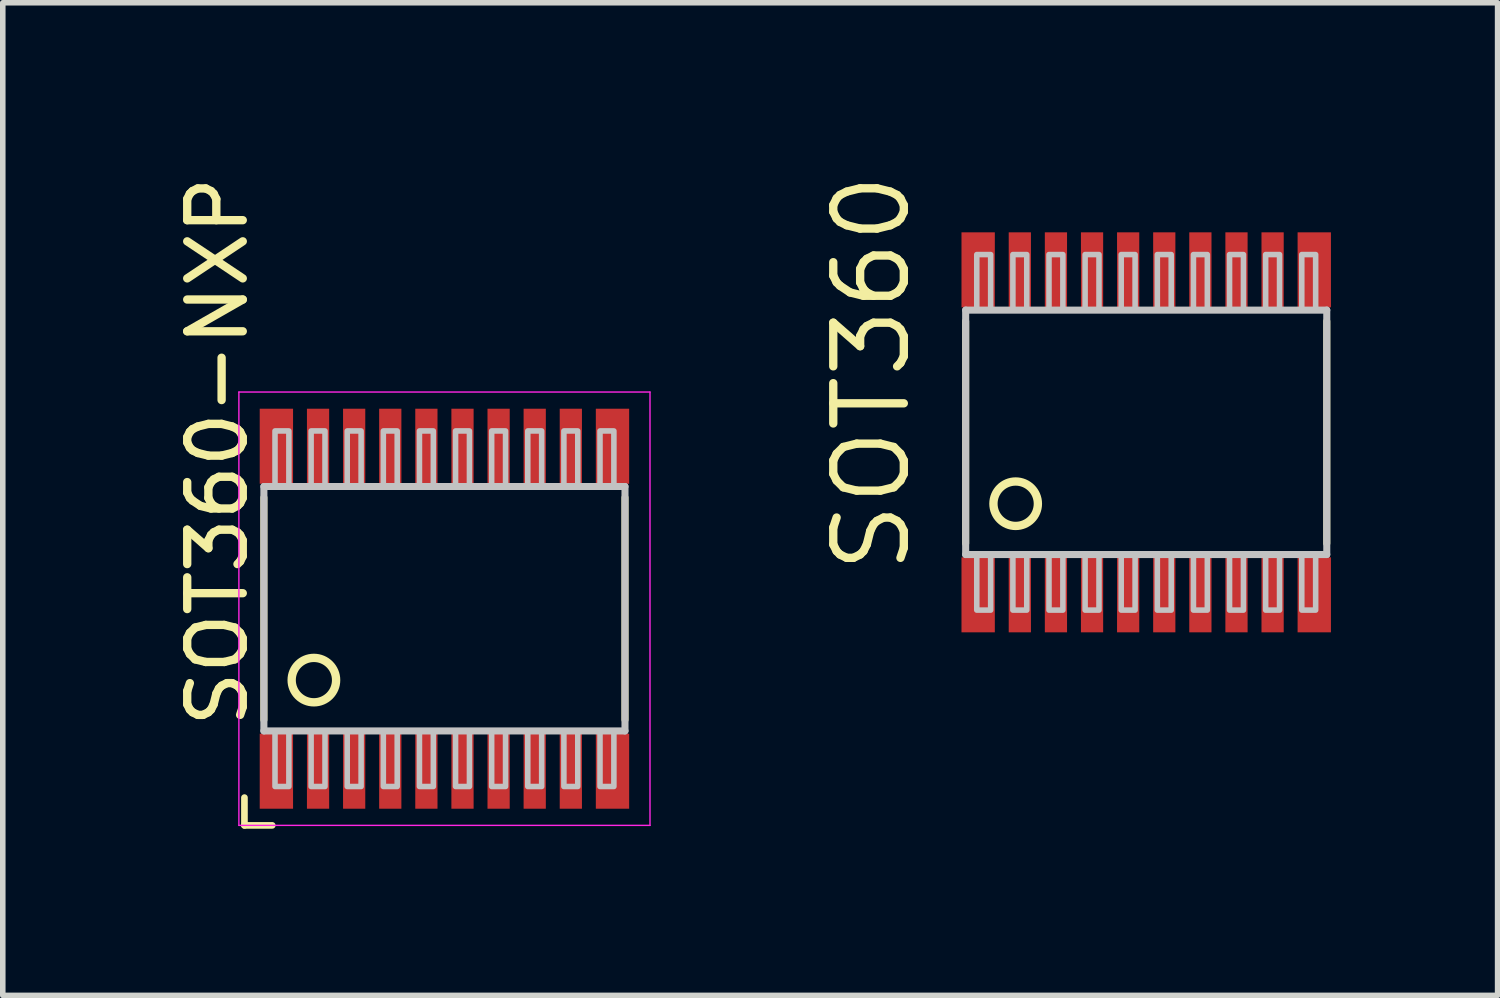
<source format=kicad_pcb>
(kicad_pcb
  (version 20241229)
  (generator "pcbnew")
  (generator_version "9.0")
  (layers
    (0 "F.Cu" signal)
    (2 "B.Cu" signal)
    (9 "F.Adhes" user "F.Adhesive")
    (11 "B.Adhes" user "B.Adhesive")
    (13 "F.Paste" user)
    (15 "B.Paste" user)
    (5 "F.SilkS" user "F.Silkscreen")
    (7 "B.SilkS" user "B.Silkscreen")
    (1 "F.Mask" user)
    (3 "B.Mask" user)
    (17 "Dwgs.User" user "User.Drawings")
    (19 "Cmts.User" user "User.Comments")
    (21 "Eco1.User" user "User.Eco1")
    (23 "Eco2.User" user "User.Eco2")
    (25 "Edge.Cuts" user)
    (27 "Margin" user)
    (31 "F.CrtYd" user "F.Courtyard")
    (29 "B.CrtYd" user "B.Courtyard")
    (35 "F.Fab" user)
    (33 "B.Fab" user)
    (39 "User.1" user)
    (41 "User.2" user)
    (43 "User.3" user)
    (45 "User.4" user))
  (footprint "SOT360"
    (layer "F.Cu")
    (at 17.582 4.732)
    (property "Reference" "SOT360" (at -4.2 2.6 90) (layer "F.SilkS") (effects (font (size 1.27 1.27) (thickness 0.15)) (justify left bottom)))
    (attr through_hole)
    (fp_line (start -3.25 -2) (end -3.25 2) (stroke (width 0.127) (type solid)) (layer "F.SilkS"))
    (fp_line (start 3.25 -2) (end 3.25 2) (stroke (width 0.127) (type solid)) (layer "F.SilkS"))
    (fp_circle (center -2.35 1.285) (end -1.95 1.285) (stroke (width 0.15) (type solid)) (fill no) (layer "F.SilkS"))
    (fp_line (start -3.25 -2.2) (end 3.25 -2.2) (stroke (width 0.127) (type solid)) (layer "Dwgs.User"))
    (fp_line (start -3.25 2.2) (end -3.25 -2.2) (stroke (width 0.127) (type solid)) (layer "Dwgs.User"))
    (fp_line (start 3.25 -2.2) (end 3.25 2.2) (stroke (width 0.127) (type solid)) (layer "Dwgs.User"))
    (fp_line (start 3.25 2.2) (end -3.25 2.2) (stroke (width 0.127) (type solid)) (layer "Dwgs.User"))
    (fp_poly (pts (xy -3.05 -2.2) (xy -2.8 -2.2) (xy -2.8 -3.2) (xy -3.05 -3.2)) (stroke (width 0.1) (type solid)) (fill no) (layer "Dwgs.User"))
    (fp_poly (pts (xy -3.05 3.2) (xy -2.8 3.2) (xy -2.8 2.2) (xy -3.05 2.2)) (stroke (width 0.1) (type solid)) (fill no) (layer "Dwgs.User"))
    (fp_poly (pts (xy -2.4 -2.2) (xy -2.15 -2.2) (xy -2.15 -3.2) (xy -2.4 -3.2)) (stroke (width 0.1) (type solid)) (fill no) (layer "Dwgs.User"))
    (fp_poly (pts (xy -2.4 3.2) (xy -2.15 3.2) (xy -2.15 2.2) (xy -2.4 2.2)) (stroke (width 0.1) (type solid)) (fill no) (layer "Dwgs.User"))
    (fp_poly (pts (xy -1.75 -2.2) (xy -1.5 -2.2) (xy -1.5 -3.2) (xy -1.75 -3.2)) (stroke (width 0.1) (type solid)) (fill no) (layer "Dwgs.User"))
    (fp_poly (pts (xy -1.75 3.2) (xy -1.5 3.2) (xy -1.5 2.2) (xy -1.75 2.2)) (stroke (width 0.1) (type solid)) (fill no) (layer "Dwgs.User"))
    (fp_poly (pts (xy -1.1 -2.2) (xy -0.85 -2.2) (xy -0.85 -3.2) (xy -1.1 -3.2)) (stroke (width 0.1) (type solid)) (fill no) (layer "Dwgs.User"))
    (fp_poly (pts (xy -1.1 3.2) (xy -0.85 3.2) (xy -0.85 2.2) (xy -1.1 2.2)) (stroke (width 0.1) (type solid)) (fill no) (layer "Dwgs.User"))
    (fp_poly (pts (xy -0.45 -2.2) (xy -0.2 -2.2) (xy -0.2 -3.2) (xy -0.45 -3.2)) (stroke (width 0.1) (type solid)) (fill no) (layer "Dwgs.User"))
    (fp_poly (pts (xy -0.45 3.2) (xy -0.2 3.2) (xy -0.2 2.2) (xy -0.45 2.2)) (stroke (width 0.1) (type solid)) (fill no) (layer "Dwgs.User"))
    (fp_poly (pts (xy 0.2 -2.2) (xy 0.45 -2.2) (xy 0.45 -3.2) (xy 0.2 -3.2)) (stroke (width 0.1) (type solid)) (fill no) (layer "Dwgs.User"))
    (fp_poly (pts (xy 0.2 3.2) (xy 0.45 3.2) (xy 0.45 2.2) (xy 0.2 2.2)) (stroke (width 0.1) (type solid)) (fill no) (layer "Dwgs.User"))
    (fp_poly (pts (xy 0.85 -2.2) (xy 1.1 -2.2) (xy 1.1 -3.2) (xy 0.85 -3.2)) (stroke (width 0.1) (type solid)) (fill no) (layer "Dwgs.User"))
    (fp_poly (pts (xy 0.85 3.2) (xy 1.1 3.2) (xy 1.1 2.2) (xy 0.85 2.2)) (stroke (width 0.1) (type solid)) (fill no) (layer "Dwgs.User"))
    (fp_poly (pts (xy 1.5 -2.2) (xy 1.75 -2.2) (xy 1.75 -3.2) (xy 1.5 -3.2)) (stroke (width 0.1) (type solid)) (fill no) (layer "Dwgs.User"))
    (fp_poly (pts (xy 1.5 3.2) (xy 1.75 3.2) (xy 1.75 2.2) (xy 1.5 2.2)) (stroke (width 0.1) (type solid)) (fill no) (layer "Dwgs.User"))
    (fp_poly (pts (xy 2.15 -2.2) (xy 2.4 -2.2) (xy 2.4 -3.2) (xy 2.15 -3.2)) (stroke (width 0.1) (type solid)) (fill no) (layer "Dwgs.User"))
    (fp_poly (pts (xy 2.15 3.2) (xy 2.4 3.2) (xy 2.4 2.2) (xy 2.15 2.2)) (stroke (width 0.1) (type solid)) (fill no) (layer "Dwgs.User"))
    (fp_poly (pts (xy 2.8 -2.2) (xy 3.05 -2.2) (xy 3.05 -3.2) (xy 2.8 -3.2)) (stroke (width 0.1) (type solid)) (fill no) (layer "Dwgs.User"))
    (fp_poly (pts (xy 2.8 3.2) (xy 3.05 3.2) (xy 3.05 2.2) (xy 2.8 2.2)) (stroke (width 0.1) (type solid)) (fill no) (layer "Dwgs.User"))
    (pad "1" smd rect (at -3.025 2.925) (size 0.6 1.35) (layers "F.Cu" "F.Mask" "F.Paste"))
    (pad "2" smd rect (at -2.275 2.925) (size 0.4 1.35) (layers "F.Cu" "F.Mask" "F.Paste"))
    (pad "3" smd rect (at -1.625 2.925) (size 0.4 1.35) (layers "F.Cu" "F.Mask" "F.Paste"))
    (pad "4" smd rect (at -0.975 2.925) (size 0.4 1.35) (layers "F.Cu" "F.Mask" "F.Paste"))
    (pad "5" smd rect (at -0.325 2.925) (size 0.4 1.35) (layers "F.Cu" "F.Mask" "F.Paste"))
    (pad "6" smd rect (at 0.325 2.925) (size 0.4 1.35) (layers "F.Cu" "F.Mask" "F.Paste"))
    (pad "7" smd rect (at 0.975 2.925) (size 0.4 1.35) (layers "F.Cu" "F.Mask" "F.Paste"))
    (pad "8" smd rect (at 1.625 2.925) (size 0.4 1.35) (layers "F.Cu" "F.Mask" "F.Paste"))
    (pad "9" smd rect (at 2.275 2.925) (size 0.4 1.35) (layers "F.Cu" "F.Mask" "F.Paste"))
    (pad "10" smd rect (at 3.025 2.925) (size 0.6 1.35) (layers "F.Cu" "F.Mask" "F.Paste"))
    (pad "11" smd rect (at 3.025 -2.925) (size 0.6 1.35) (layers "F.Cu" "F.Mask" "F.Paste"))
    (pad "12" smd rect (at 2.275 -2.925) (size 0.4 1.35) (layers "F.Cu" "F.Mask" "F.Paste"))
    (pad "13" smd rect (at 1.625 -2.925) (size 0.4 1.35) (layers "F.Cu" "F.Mask" "F.Paste"))
    (pad "14" smd rect (at 0.975 -2.925) (size 0.4 1.35) (layers "F.Cu" "F.Mask" "F.Paste"))
    (pad "15" smd rect (at 0.325 -2.925) (size 0.4 1.35) (layers "F.Cu" "F.Mask" "F.Paste"))
    (pad "16" smd rect (at -0.325 -2.925) (size 0.4 1.35) (layers "F.Cu" "F.Mask" "F.Paste"))
    (pad "17" smd rect (at -0.975 -2.925) (size 0.4 1.35) (layers "F.Cu" "F.Mask" "F.Paste"))
    (pad "18" smd rect (at -1.625 -2.925) (size 0.4 1.35) (layers "F.Cu" "F.Mask" "F.Paste"))
    (pad "19" smd rect (at -2.275 -2.925) (size 0.4 1.35) (layers "F.Cu" "F.Mask" "F.Paste"))
    (pad "20" smd rect (at -3.025 -2.925) (size 0.6 1.35) (layers "F.Cu" "F.Mask" "F.Paste")))
  (footprint "SOT360-NXP"
    (layer "F.Cu")
    (at 4.95 7.907)
    (property "Reference" "SOT360-NXP" (at -3.5 2.2 90) (layer "F.SilkS") (effects (font (size 1 1) (thickness 0.15)) (justify left bottom)))
    (attr smd)
    (fp_line (start -3.6 3.9) (end -3.6 3.4) (stroke (width 0.12) (type solid)) (layer "F.SilkS"))
    (fp_line (start -3.6 3.9) (end -3.1 3.9) (stroke (width 0.12) (type solid)) (layer "F.SilkS"))
    (fp_line (start -3.25 -2) (end -3.25 2) (stroke (width 0.127) (type solid)) (layer "F.SilkS"))
    (fp_line (start 3.25 -2) (end 3.25 2) (stroke (width 0.127) (type solid)) (layer "F.SilkS"))
    (fp_circle (center -2.35 1.285) (end -1.95 1.285) (stroke (width 0.15) (type solid)) (fill no) (layer "F.SilkS"))
    (fp_line (start -3.25 -2.2) (end 3.25 -2.2) (stroke (width 0.127) (type solid)) (layer "Dwgs.User"))
    (fp_line (start -3.25 2.2) (end -3.25 -2.2) (stroke (width 0.127) (type solid)) (layer "Dwgs.User"))
    (fp_line (start 3.25 -2.2) (end 3.25 2.2) (stroke (width 0.127) (type solid)) (layer "Dwgs.User"))
    (fp_line (start 3.25 2.2) (end -3.25 2.2) (stroke (width 0.127) (type solid)) (layer "Dwgs.User"))
    (fp_poly (pts (xy -3.05 -2.2) (xy -2.8 -2.2) (xy -2.8 -3.2) (xy -3.05 -3.2)) (stroke (width 0.1) (type solid)) (fill no) (layer "Dwgs.User"))
    (fp_poly (pts (xy -3.05 3.2) (xy -2.8 3.2) (xy -2.8 2.2) (xy -3.05 2.2)) (stroke (width 0.1) (type solid)) (fill no) (layer "Dwgs.User"))
    (fp_poly (pts (xy -2.4 -2.2) (xy -2.15 -2.2) (xy -2.15 -3.2) (xy -2.4 -3.2)) (stroke (width 0.1) (type solid)) (fill no) (layer "Dwgs.User"))
    (fp_poly (pts (xy -2.4 3.2) (xy -2.15 3.2) (xy -2.15 2.2) (xy -2.4 2.2)) (stroke (width 0.1) (type solid)) (fill no) (layer "Dwgs.User"))
    (fp_poly (pts (xy -1.75 -2.2) (xy -1.5 -2.2) (xy -1.5 -3.2) (xy -1.75 -3.2)) (stroke (width 0.1) (type solid)) (fill no) (layer "Dwgs.User"))
    (fp_poly (pts (xy -1.75 3.2) (xy -1.5 3.2) (xy -1.5 2.2) (xy -1.75 2.2)) (stroke (width 0.1) (type solid)) (fill no) (layer "Dwgs.User"))
    (fp_poly (pts (xy -1.1 -2.2) (xy -0.85 -2.2) (xy -0.85 -3.2) (xy -1.1 -3.2)) (stroke (width 0.1) (type solid)) (fill no) (layer "Dwgs.User"))
    (fp_poly (pts (xy -1.1 3.2) (xy -0.85 3.2) (xy -0.85 2.2) (xy -1.1 2.2)) (stroke (width 0.1) (type solid)) (fill no) (layer "Dwgs.User"))
    (fp_poly (pts (xy -0.45 -2.2) (xy -0.2 -2.2) (xy -0.2 -3.2) (xy -0.45 -3.2)) (stroke (width 0.1) (type solid)) (fill no) (layer "Dwgs.User"))
    (fp_poly (pts (xy -0.45 3.2) (xy -0.2 3.2) (xy -0.2 2.2) (xy -0.45 2.2)) (stroke (width 0.1) (type solid)) (fill no) (layer "Dwgs.User"))
    (fp_poly (pts (xy 0.2 -2.2) (xy 0.45 -2.2) (xy 0.45 -3.2) (xy 0.2 -3.2)) (stroke (width 0.1) (type solid)) (fill no) (layer "Dwgs.User"))
    (fp_poly (pts (xy 0.2 3.2) (xy 0.45 3.2) (xy 0.45 2.2) (xy 0.2 2.2)) (stroke (width 0.1) (type solid)) (fill no) (layer "Dwgs.User"))
    (fp_poly (pts (xy 0.85 -2.2) (xy 1.1 -2.2) (xy 1.1 -3.2) (xy 0.85 -3.2)) (stroke (width 0.1) (type solid)) (fill no) (layer "Dwgs.User"))
    (fp_poly (pts (xy 0.85 3.2) (xy 1.1 3.2) (xy 1.1 2.2) (xy 0.85 2.2)) (stroke (width 0.1) (type solid)) (fill no) (layer "Dwgs.User"))
    (fp_poly (pts (xy 1.5 -2.2) (xy 1.75 -2.2) (xy 1.75 -3.2) (xy 1.5 -3.2)) (stroke (width 0.1) (type solid)) (fill no) (layer "Dwgs.User"))
    (fp_poly (pts (xy 1.5 3.2) (xy 1.75 3.2) (xy 1.75 2.2) (xy 1.5 2.2)) (stroke (width 0.1) (type solid)) (fill no) (layer "Dwgs.User"))
    (fp_poly (pts (xy 2.15 -2.2) (xy 2.4 -2.2) (xy 2.4 -3.2) (xy 2.15 -3.2)) (stroke (width 0.1) (type solid)) (fill no) (layer "Dwgs.User"))
    (fp_poly (pts (xy 2.15 3.2) (xy 2.4 3.2) (xy 2.4 2.2) (xy 2.15 2.2)) (stroke (width 0.1) (type solid)) (fill no) (layer "Dwgs.User"))
    (fp_poly (pts (xy 2.8 -2.2) (xy 3.05 -2.2) (xy 3.05 -3.2) (xy 2.8 -3.2)) (stroke (width 0.1) (type solid)) (fill no) (layer "Dwgs.User"))
    (fp_poly (pts (xy 2.8 3.2) (xy 3.05 3.2) (xy 3.05 2.2) (xy 2.8 2.2)) (stroke (width 0.1) (type solid)) (fill no) (layer "Dwgs.User"))
    (fp_line (start -3.7 -3.9) (end -3.7 3.9) (stroke (width 0.025) (type solid)) (layer "F.CrtYd"))
    (fp_line (start -3.7 3.9) (end 3.7 3.9) (stroke (width 0.025) (type solid)) (layer "F.CrtYd"))
    (fp_line (start 3.7 -3.9) (end -3.7 -3.9) (stroke (width 0.025) (type solid)) (layer "F.CrtYd"))
    (fp_line (start 3.7 3.9) (end 3.7 -3.9) (stroke (width 0.025) (type solid)) (layer "F.CrtYd"))
    (pad "1" smd rect (at -3.025 2.925) (size 0.6 1.35) (layers "F.Cu" "F.Mask" "F.Paste"))
    (pad "2" smd rect (at -2.275 2.925) (size 0.4 1.35) (layers "F.Cu" "F.Mask" "F.Paste"))
    (pad "3" smd rect (at -1.625 2.925) (size 0.4 1.35) (layers "F.Cu" "F.Mask" "F.Paste"))
    (pad "4" smd rect (at -0.975 2.925) (size 0.4 1.35) (layers "F.Cu" "F.Mask" "F.Paste"))
    (pad "5" smd rect (at -0.325 2.925) (size 0.4 1.35) (layers "F.Cu" "F.Mask" "F.Paste"))
    (pad "6" smd rect (at 0.325 2.925) (size 0.4 1.35) (layers "F.Cu" "F.Mask" "F.Paste"))
    (pad "7" smd rect (at 0.975 2.925) (size 0.4 1.35) (layers "F.Cu" "F.Mask" "F.Paste"))
    (pad "8" smd rect (at 1.625 2.925) (size 0.4 1.35) (layers "F.Cu" "F.Mask" "F.Paste"))
    (pad "9" smd rect (at 2.275 2.925) (size 0.4 1.35) (layers "F.Cu" "F.Mask" "F.Paste"))
    (pad "10" smd rect (at 3.025 2.925) (size 0.6 1.35) (layers "F.Cu" "F.Mask" "F.Paste"))
    (pad "11" smd rect (at 3.025 -2.925) (size 0.6 1.35) (layers "F.Cu" "F.Mask" "F.Paste"))
    (pad "12" smd rect (at 2.275 -2.925) (size 0.4 1.35) (layers "F.Cu" "F.Mask" "F.Paste"))
    (pad "13" smd rect (at 1.625 -2.925) (size 0.4 1.35) (layers "F.Cu" "F.Mask" "F.Paste"))
    (pad "14" smd rect (at 0.975 -2.925) (size 0.4 1.35) (layers "F.Cu" "F.Mask" "F.Paste"))
    (pad "15" smd rect (at 0.325 -2.925) (size 0.4 1.35) (layers "F.Cu" "F.Mask" "F.Paste"))
    (pad "16" smd rect (at -0.325 -2.925) (size 0.4 1.35) (layers "F.Cu" "F.Mask" "F.Paste"))
    (pad "17" smd rect (at -0.975 -2.925) (size 0.4 1.35) (layers "F.Cu" "F.Mask" "F.Paste"))
    (pad "18" smd rect (at -1.625 -2.925) (size 0.4 1.35) (layers "F.Cu" "F.Mask" "F.Paste"))
    (pad "19" smd rect (at -2.275 -2.925) (size 0.4 1.35) (layers "F.Cu" "F.Mask" "F.Paste"))
    (pad "20" smd rect (at -3.025 -2.925) (size 0.6 1.35) (layers "F.Cu" "F.Mask" "F.Paste")))
  (gr_rect
    (start -3 -3)
    (end 23.907 14.867)
    (stroke (width 0.1) (type default))
    (fill no)
    (layer "Edge.Cuts")))
</source>
